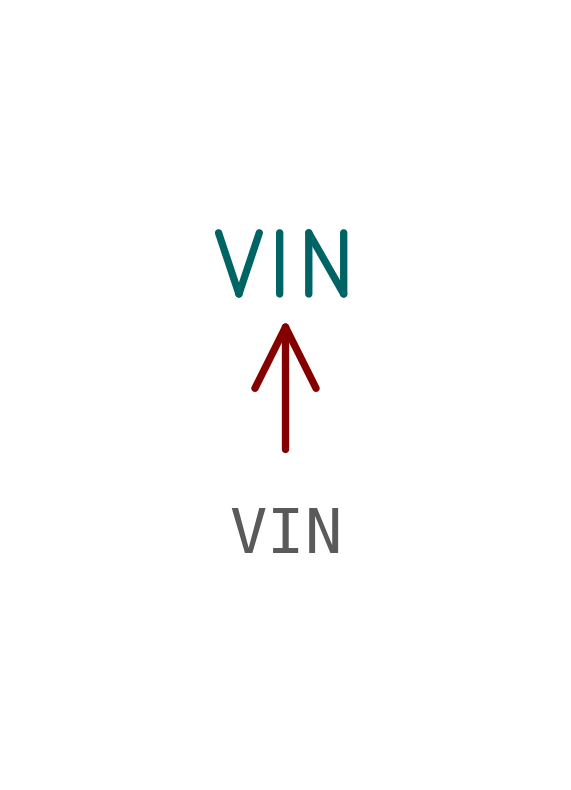
<source format=kicad_sym>
(kicad_symbol_lib
  (version 20241209)
  (generator "kicad_symbol_editor")
  (generator_version "9.0")
  (symbol "VIN"
    (power)
    (property "Reference" "#PWR"
      (at 0 0 0)
      (effects (font (size 1.27 1.27)) (hide yes)))
    (property "Value" "VIN"
      (at 0 3.81 0)
      (effects (font (size 1.27 1.27))))
    (symbol "VIN_0_1"
      (polyline (pts (xy 0 2.54) (xy -0.635 1.27)) (stroke (width 0) (type default)) (fill (type none)))
      (polyline (pts (xy 0 2.54) (xy 0.635 1.27)) (stroke (width 0) (type default)) (fill (type none)))
      (polyline (pts (xy 0 0) (xy 0 2.54)) (stroke (width 0) (type default)) (fill (type none))))
    (symbol "VIN_1_1"
      (pin power_in line (at 0 0 90) (length 0) (hide yes) (name "VIN" (effects (font (size 1.27 1.27)))) (number "1" (effects (font (size 1.27 1.27))))))))
</source>
